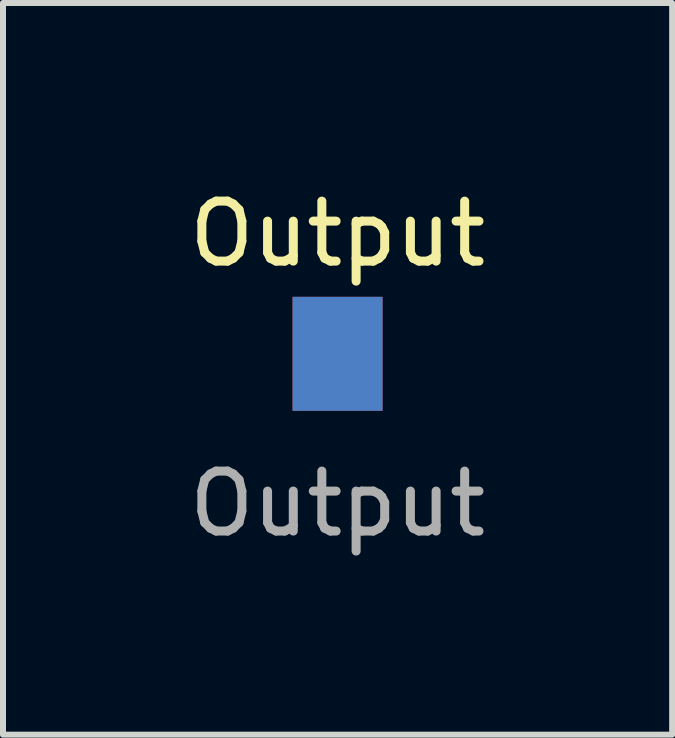
<source format=kicad_pcb>
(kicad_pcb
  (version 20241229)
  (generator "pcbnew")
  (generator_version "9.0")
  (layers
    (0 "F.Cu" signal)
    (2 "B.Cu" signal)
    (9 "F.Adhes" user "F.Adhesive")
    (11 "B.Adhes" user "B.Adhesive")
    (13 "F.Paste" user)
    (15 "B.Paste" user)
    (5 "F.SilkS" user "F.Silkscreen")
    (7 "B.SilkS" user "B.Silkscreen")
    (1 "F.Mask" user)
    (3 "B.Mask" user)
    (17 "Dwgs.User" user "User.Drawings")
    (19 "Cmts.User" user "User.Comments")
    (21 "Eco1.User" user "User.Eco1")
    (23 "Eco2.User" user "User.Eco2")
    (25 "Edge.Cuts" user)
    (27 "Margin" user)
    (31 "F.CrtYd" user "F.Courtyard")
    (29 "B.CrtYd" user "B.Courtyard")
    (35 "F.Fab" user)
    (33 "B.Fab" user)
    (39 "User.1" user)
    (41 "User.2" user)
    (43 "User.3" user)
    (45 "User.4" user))
  (footprint "Output"
    (layer "F.Cu")
    (at 2.577 2.848)
    (property "Reference" "Output" (at 0 -2 0) (unlocked yes) (layer "F.SilkS") (effects (font (size 1 1) (thickness 0.15))))
    (attr smd)
    (fp_text user "${REFERENCE}" (at 0 2.5 0) (unlocked yes) (layer "F.Fab") (effects (font (size 1 1) (thickness 0.15))))
    (pad "1" smd rect (at 0 0) (size 1.5 1.9) (layers "F.Cu" "F.Mask"))
    (pad "1" smd rect (at 0 0) (size 1.5 1.9) (layers "B.Cu" "B.Mask")))
  (gr_rect
    (start -3 -3)
    (end 8.155 9.197)
    (stroke (width 0.1) (type default))
    (fill no)
    (layer "Edge.Cuts")))
</source>
